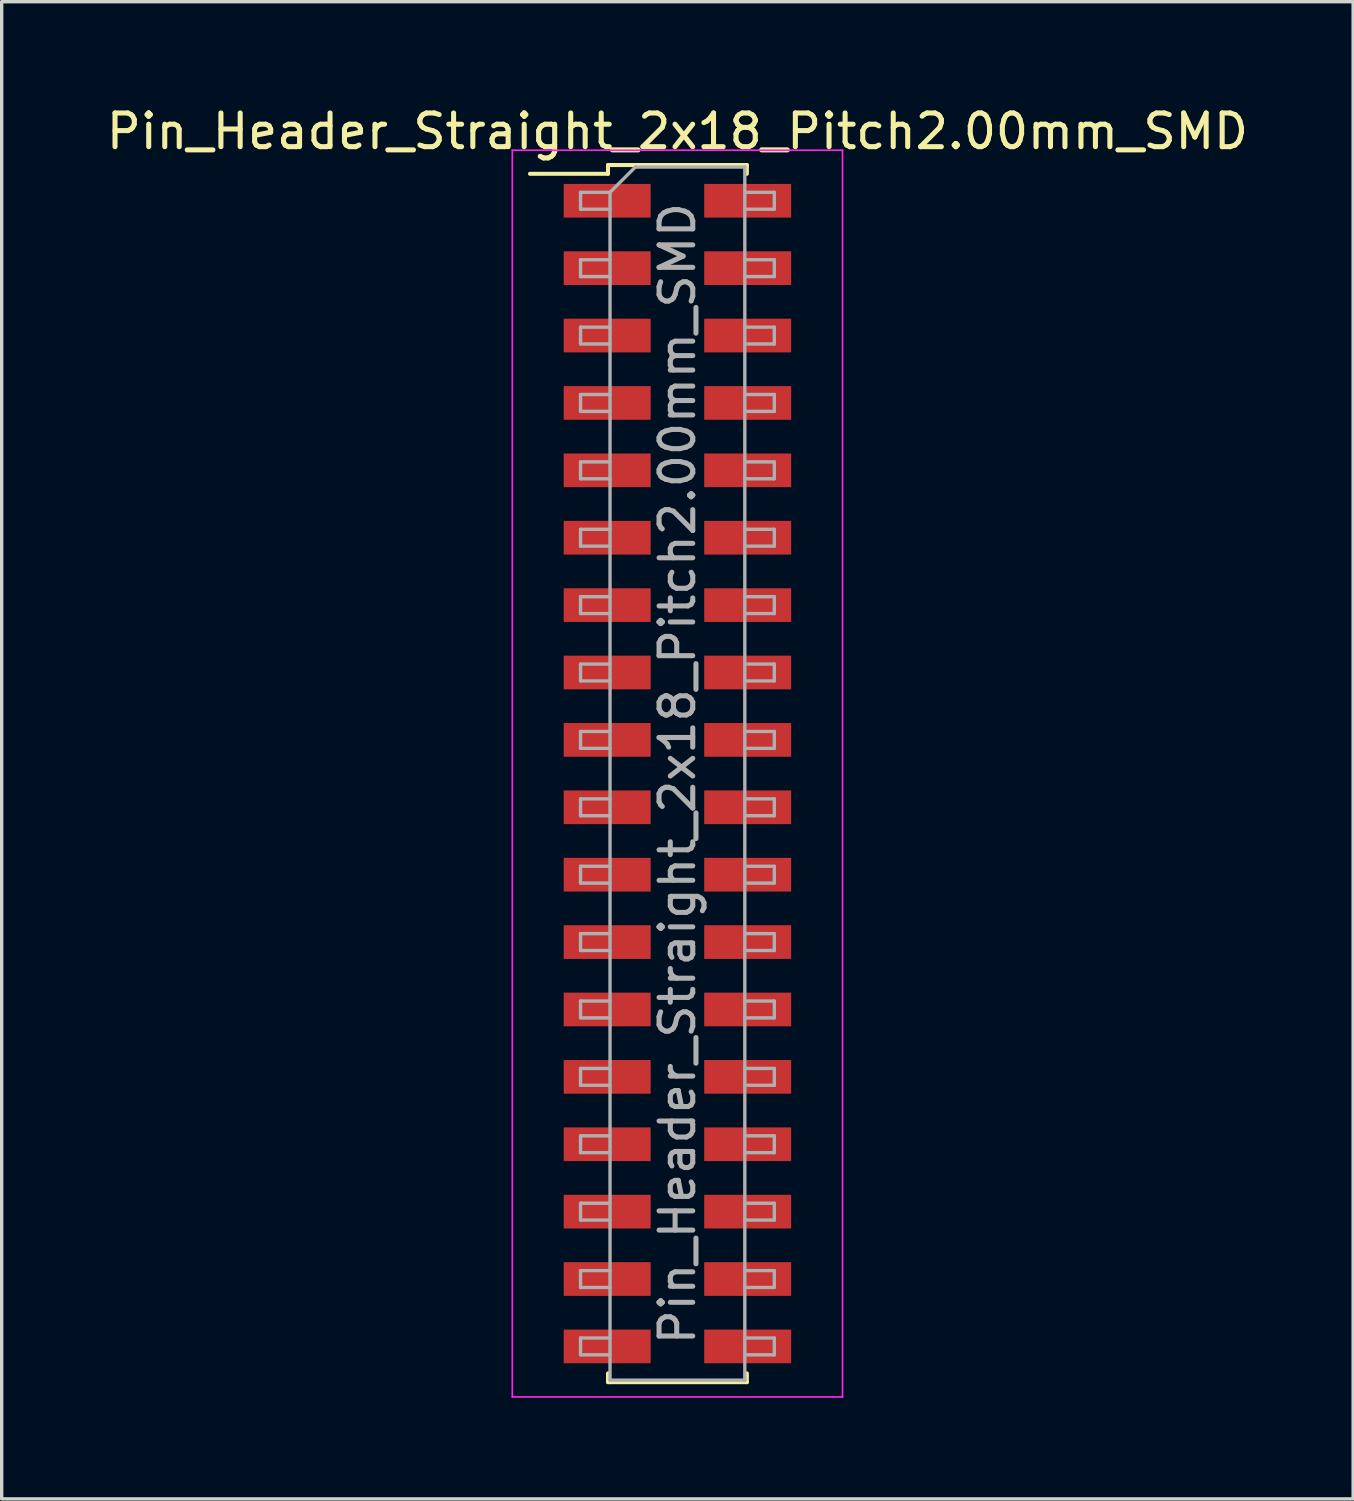
<source format=kicad_pcb>
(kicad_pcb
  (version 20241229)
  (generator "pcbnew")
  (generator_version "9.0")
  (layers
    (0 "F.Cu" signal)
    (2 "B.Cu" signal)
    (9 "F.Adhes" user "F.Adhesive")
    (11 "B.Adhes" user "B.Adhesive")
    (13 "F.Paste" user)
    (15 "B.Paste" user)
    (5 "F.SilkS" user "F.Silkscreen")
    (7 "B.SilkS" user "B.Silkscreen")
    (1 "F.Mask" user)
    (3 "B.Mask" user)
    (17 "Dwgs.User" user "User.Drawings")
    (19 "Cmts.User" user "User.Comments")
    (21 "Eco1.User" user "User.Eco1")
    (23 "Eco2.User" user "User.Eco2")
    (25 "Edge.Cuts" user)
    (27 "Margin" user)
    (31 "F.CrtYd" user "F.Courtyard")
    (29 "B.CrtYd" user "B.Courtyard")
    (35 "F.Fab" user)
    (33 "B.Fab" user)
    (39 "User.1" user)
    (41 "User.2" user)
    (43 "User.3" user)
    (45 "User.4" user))
  (footprint "Pin_Header_Straight_2x18_Pitch2.00mm_SMD"
    (layer "F.Cu")
    (at 17.054 19.908)
    (property "Reference" "Pin_Header_Straight_2x18_Pitch2.00mm_SMD" (at 0 -19.06 0) (layer "F.SilkS") (effects (font (size 1 1) (thickness 0.15))))
    (attr smd)
    (fp_line (start -4.375 -17.8) (end -2.06 -17.8) (stroke (width 0.12) (type solid)) (layer "F.SilkS"))
    (fp_line (start -2.06 -18.06) (end 2.06 -18.06) (stroke (width 0.12) (type solid)) (layer "F.SilkS"))
    (fp_line (start -2.06 -17.8) (end -2.06 -18.06) (stroke (width 0.12) (type solid)) (layer "F.SilkS"))
    (fp_line (start -2.06 17.8) (end -2.06 18.06) (stroke (width 0.12) (type solid)) (layer "F.SilkS"))
    (fp_line (start -2.06 18.06) (end 2.06 18.06) (stroke (width 0.12) (type solid)) (layer "F.SilkS"))
    (fp_line (start 2.06 -18.06) (end 2.06 -17.8) (stroke (width 0.12) (type solid)) (layer "F.SilkS"))
    (fp_line (start 2.06 18.06) (end 2.06 17.8) (stroke (width 0.12) (type solid)) (layer "F.SilkS"))
    (fp_line (start -4.9 -18.5) (end -4.9 18.5) (stroke (width 0.05) (type solid)) (layer "F.CrtYd"))
    (fp_line (start -4.9 18.5) (end 4.9 18.5) (stroke (width 0.05) (type solid)) (layer "F.CrtYd"))
    (fp_line (start 4.9 -18.5) (end -4.9 -18.5) (stroke (width 0.05) (type solid)) (layer "F.CrtYd"))
    (fp_line (start 4.9 18.5) (end 4.9 -18.5) (stroke (width 0.05) (type solid)) (layer "F.CrtYd"))
    (fp_line (start -2.875 -17.25) (end -2.875 -16.75) (stroke (width 0.1) (type solid)) (layer "F.Fab"))
    (fp_line (start -2.875 -16.75) (end -2 -16.75) (stroke (width 0.1) (type solid)) (layer "F.Fab"))
    (fp_line (start -2.875 -15.25) (end -2.875 -14.75) (stroke (width 0.1) (type solid)) (layer "F.Fab"))
    (fp_line (start -2.875 -14.75) (end -2 -14.75) (stroke (width 0.1) (type solid)) (layer "F.Fab"))
    (fp_line (start -2.875 -13.25) (end -2.875 -12.75) (stroke (width 0.1) (type solid)) (layer "F.Fab"))
    (fp_line (start -2.875 -12.75) (end -2 -12.75) (stroke (width 0.1) (type solid)) (layer "F.Fab"))
    (fp_line (start -2.875 -11.25) (end -2.875 -10.75) (stroke (width 0.1) (type solid)) (layer "F.Fab"))
    (fp_line (start -2.875 -10.75) (end -2 -10.75) (stroke (width 0.1) (type solid)) (layer "F.Fab"))
    (fp_line (start -2.875 -9.25) (end -2.875 -8.75) (stroke (width 0.1) (type solid)) (layer "F.Fab"))
    (fp_line (start -2.875 -8.75) (end -2 -8.75) (stroke (width 0.1) (type solid)) (layer "F.Fab"))
    (fp_line (start -2.875 -7.25) (end -2.875 -6.75) (stroke (width 0.1) (type solid)) (layer "F.Fab"))
    (fp_line (start -2.875 -6.75) (end -2 -6.75) (stroke (width 0.1) (type solid)) (layer "F.Fab"))
    (fp_line (start -2.875 -5.25) (end -2.875 -4.75) (stroke (width 0.1) (type solid)) (layer "F.Fab"))
    (fp_line (start -2.875 -4.75) (end -2 -4.75) (stroke (width 0.1) (type solid)) (layer "F.Fab"))
    (fp_line (start -2.875 -3.25) (end -2.875 -2.75) (stroke (width 0.1) (type solid)) (layer "F.Fab"))
    (fp_line (start -2.875 -2.75) (end -2 -2.75) (stroke (width 0.1) (type solid)) (layer "F.Fab"))
    (fp_line (start -2.875 -1.25) (end -2.875 -0.75) (stroke (width 0.1) (type solid)) (layer "F.Fab"))
    (fp_line (start -2.875 -0.75) (end -2 -0.75) (stroke (width 0.1) (type solid)) (layer "F.Fab"))
    (fp_line (start -2.875 0.75) (end -2.875 1.25) (stroke (width 0.1) (type solid)) (layer "F.Fab"))
    (fp_line (start -2.875 1.25) (end -2 1.25) (stroke (width 0.1) (type solid)) (layer "F.Fab"))
    (fp_line (start -2.875 2.75) (end -2.875 3.25) (stroke (width 0.1) (type solid)) (layer "F.Fab"))
    (fp_line (start -2.875 3.25) (end -2 3.25) (stroke (width 0.1) (type solid)) (layer "F.Fab"))
    (fp_line (start -2.875 4.75) (end -2.875 5.25) (stroke (width 0.1) (type solid)) (layer "F.Fab"))
    (fp_line (start -2.875 5.25) (end -2 5.25) (stroke (width 0.1) (type solid)) (layer "F.Fab"))
    (fp_line (start -2.875 6.75) (end -2.875 7.25) (stroke (width 0.1) (type solid)) (layer "F.Fab"))
    (fp_line (start -2.875 7.25) (end -2 7.25) (stroke (width 0.1) (type solid)) (layer "F.Fab"))
    (fp_line (start -2.875 8.75) (end -2.875 9.25) (stroke (width 0.1) (type solid)) (layer "F.Fab"))
    (fp_line (start -2.875 9.25) (end -2 9.25) (stroke (width 0.1) (type solid)) (layer "F.Fab"))
    (fp_line (start -2.875 10.75) (end -2.875 11.25) (stroke (width 0.1) (type solid)) (layer "F.Fab"))
    (fp_line (start -2.875 11.25) (end -2 11.25) (stroke (width 0.1) (type solid)) (layer "F.Fab"))
    (fp_line (start -2.875 12.75) (end -2.875 13.25) (stroke (width 0.1) (type solid)) (layer "F.Fab"))
    (fp_line (start -2.875 13.25) (end -2 13.25) (stroke (width 0.1) (type solid)) (layer "F.Fab"))
    (fp_line (start -2.875 14.75) (end -2.875 15.25) (stroke (width 0.1) (type solid)) (layer "F.Fab"))
    (fp_line (start -2.875 15.25) (end -2 15.25) (stroke (width 0.1) (type solid)) (layer "F.Fab"))
    (fp_line (start -2.875 16.75) (end -2.875 17.25) (stroke (width 0.1) (type solid)) (layer "F.Fab"))
    (fp_line (start -2.875 17.25) (end -2 17.25) (stroke (width 0.1) (type solid)) (layer "F.Fab"))
    (fp_line (start -2 -17.25) (end -2.875 -17.25) (stroke (width 0.1) (type solid)) (layer "F.Fab"))
    (fp_line (start -2 -17.25) (end -1.25 -18) (stroke (width 0.1) (type solid)) (layer "F.Fab"))
    (fp_line (start -2 -15.25) (end -2.875 -15.25) (stroke (width 0.1) (type solid)) (layer "F.Fab"))
    (fp_line (start -2 -13.25) (end -2.875 -13.25) (stroke (width 0.1) (type solid)) (layer "F.Fab"))
    (fp_line (start -2 -11.25) (end -2.875 -11.25) (stroke (width 0.1) (type solid)) (layer "F.Fab"))
    (fp_line (start -2 -9.25) (end -2.875 -9.25) (stroke (width 0.1) (type solid)) (layer "F.Fab"))
    (fp_line (start -2 -7.25) (end -2.875 -7.25) (stroke (width 0.1) (type solid)) (layer "F.Fab"))
    (fp_line (start -2 -5.25) (end -2.875 -5.25) (stroke (width 0.1) (type solid)) (layer "F.Fab"))
    (fp_line (start -2 -3.25) (end -2.875 -3.25) (stroke (width 0.1) (type solid)) (layer "F.Fab"))
    (fp_line (start -2 -1.25) (end -2.875 -1.25) (stroke (width 0.1) (type solid)) (layer "F.Fab"))
    (fp_line (start -2 0.75) (end -2.875 0.75) (stroke (width 0.1) (type solid)) (layer "F.Fab"))
    (fp_line (start -2 2.75) (end -2.875 2.75) (stroke (width 0.1) (type solid)) (layer "F.Fab"))
    (fp_line (start -2 4.75) (end -2.875 4.75) (stroke (width 0.1) (type solid)) (layer "F.Fab"))
    (fp_line (start -2 6.75) (end -2.875 6.75) (stroke (width 0.1) (type solid)) (layer "F.Fab"))
    (fp_line (start -2 8.75) (end -2.875 8.75) (stroke (width 0.1) (type solid)) (layer "F.Fab"))
    (fp_line (start -2 10.75) (end -2.875 10.75) (stroke (width 0.1) (type solid)) (layer "F.Fab"))
    (fp_line (start -2 12.75) (end -2.875 12.75) (stroke (width 0.1) (type solid)) (layer "F.Fab"))
    (fp_line (start -2 14.75) (end -2.875 14.75) (stroke (width 0.1) (type solid)) (layer "F.Fab"))
    (fp_line (start -2 16.75) (end -2.875 16.75) (stroke (width 0.1) (type solid)) (layer "F.Fab"))
    (fp_line (start -2 18) (end -2 -17.25) (stroke (width 0.1) (type solid)) (layer "F.Fab"))
    (fp_line (start -1.25 -18) (end 2 -18) (stroke (width 0.1) (type solid)) (layer "F.Fab"))
    (fp_line (start 2 -18) (end 2 18) (stroke (width 0.1) (type solid)) (layer "F.Fab"))
    (fp_line (start 2 -17.25) (end 2.875 -17.25) (stroke (width 0.1) (type solid)) (layer "F.Fab"))
    (fp_line (start 2 -15.25) (end 2.875 -15.25) (stroke (width 0.1) (type solid)) (layer "F.Fab"))
    (fp_line (start 2 -13.25) (end 2.875 -13.25) (stroke (width 0.1) (type solid)) (layer "F.Fab"))
    (fp_line (start 2 -11.25) (end 2.875 -11.25) (stroke (width 0.1) (type solid)) (layer "F.Fab"))
    (fp_line (start 2 -9.25) (end 2.875 -9.25) (stroke (width 0.1) (type solid)) (layer "F.Fab"))
    (fp_line (start 2 -7.25) (end 2.875 -7.25) (stroke (width 0.1) (type solid)) (layer "F.Fab"))
    (fp_line (start 2 -5.25) (end 2.875 -5.25) (stroke (width 0.1) (type solid)) (layer "F.Fab"))
    (fp_line (start 2 -3.25) (end 2.875 -3.25) (stroke (width 0.1) (type solid)) (layer "F.Fab"))
    (fp_line (start 2 -1.25) (end 2.875 -1.25) (stroke (width 0.1) (type solid)) (layer "F.Fab"))
    (fp_line (start 2 0.75) (end 2.875 0.75) (stroke (width 0.1) (type solid)) (layer "F.Fab"))
    (fp_line (start 2 2.75) (end 2.875 2.75) (stroke (width 0.1) (type solid)) (layer "F.Fab"))
    (fp_line (start 2 4.75) (end 2.875 4.75) (stroke (width 0.1) (type solid)) (layer "F.Fab"))
    (fp_line (start 2 6.75) (end 2.875 6.75) (stroke (width 0.1) (type solid)) (layer "F.Fab"))
    (fp_line (start 2 8.75) (end 2.875 8.75) (stroke (width 0.1) (type solid)) (layer "F.Fab"))
    (fp_line (start 2 10.75) (end 2.875 10.75) (stroke (width 0.1) (type solid)) (layer "F.Fab"))
    (fp_line (start 2 12.75) (end 2.875 12.75) (stroke (width 0.1) (type solid)) (layer "F.Fab"))
    (fp_line (start 2 14.75) (end 2.875 14.75) (stroke (width 0.1) (type solid)) (layer "F.Fab"))
    (fp_line (start 2 16.75) (end 2.875 16.75) (stroke (width 0.1) (type solid)) (layer "F.Fab"))
    (fp_line (start 2 18) (end -2 18) (stroke (width 0.1) (type solid)) (layer "F.Fab"))
    (fp_line (start 2.875 -17.25) (end 2.875 -16.75) (stroke (width 0.1) (type solid)) (layer "F.Fab"))
    (fp_line (start 2.875 -16.75) (end 2 -16.75) (stroke (width 0.1) (type solid)) (layer "F.Fab"))
    (fp_line (start 2.875 -15.25) (end 2.875 -14.75) (stroke (width 0.1) (type solid)) (layer "F.Fab"))
    (fp_line (start 2.875 -14.75) (end 2 -14.75) (stroke (width 0.1) (type solid)) (layer "F.Fab"))
    (fp_line (start 2.875 -13.25) (end 2.875 -12.75) (stroke (width 0.1) (type solid)) (layer "F.Fab"))
    (fp_line (start 2.875 -12.75) (end 2 -12.75) (stroke (width 0.1) (type solid)) (layer "F.Fab"))
    (fp_line (start 2.875 -11.25) (end 2.875 -10.75) (stroke (width 0.1) (type solid)) (layer "F.Fab"))
    (fp_line (start 2.875 -10.75) (end 2 -10.75) (stroke (width 0.1) (type solid)) (layer "F.Fab"))
    (fp_line (start 2.875 -9.25) (end 2.875 -8.75) (stroke (width 0.1) (type solid)) (layer "F.Fab"))
    (fp_line (start 2.875 -8.75) (end 2 -8.75) (stroke (width 0.1) (type solid)) (layer "F.Fab"))
    (fp_line (start 2.875 -7.25) (end 2.875 -6.75) (stroke (width 0.1) (type solid)) (layer "F.Fab"))
    (fp_line (start 2.875 -6.75) (end 2 -6.75) (stroke (width 0.1) (type solid)) (layer "F.Fab"))
    (fp_line (start 2.875 -5.25) (end 2.875 -4.75) (stroke (width 0.1) (type solid)) (layer "F.Fab"))
    (fp_line (start 2.875 -4.75) (end 2 -4.75) (stroke (width 0.1) (type solid)) (layer "F.Fab"))
    (fp_line (start 2.875 -3.25) (end 2.875 -2.75) (stroke (width 0.1) (type solid)) (layer "F.Fab"))
    (fp_line (start 2.875 -2.75) (end 2 -2.75) (stroke (width 0.1) (type solid)) (layer "F.Fab"))
    (fp_line (start 2.875 -1.25) (end 2.875 -0.75) (stroke (width 0.1) (type solid)) (layer "F.Fab"))
    (fp_line (start 2.875 -0.75) (end 2 -0.75) (stroke (width 0.1) (type solid)) (layer "F.Fab"))
    (fp_line (start 2.875 0.75) (end 2.875 1.25) (stroke (width 0.1) (type solid)) (layer "F.Fab"))
    (fp_line (start 2.875 1.25) (end 2 1.25) (stroke (width 0.1) (type solid)) (layer "F.Fab"))
    (fp_line (start 2.875 2.75) (end 2.875 3.25) (stroke (width 0.1) (type solid)) (layer "F.Fab"))
    (fp_line (start 2.875 3.25) (end 2 3.25) (stroke (width 0.1) (type solid)) (layer "F.Fab"))
    (fp_line (start 2.875 4.75) (end 2.875 5.25) (stroke (width 0.1) (type solid)) (layer "F.Fab"))
    (fp_line (start 2.875 5.25) (end 2 5.25) (stroke (width 0.1) (type solid)) (layer "F.Fab"))
    (fp_line (start 2.875 6.75) (end 2.875 7.25) (stroke (width 0.1) (type solid)) (layer "F.Fab"))
    (fp_line (start 2.875 7.25) (end 2 7.25) (stroke (width 0.1) (type solid)) (layer "F.Fab"))
    (fp_line (start 2.875 8.75) (end 2.875 9.25) (stroke (width 0.1) (type solid)) (layer "F.Fab"))
    (fp_line (start 2.875 9.25) (end 2 9.25) (stroke (width 0.1) (type solid)) (layer "F.Fab"))
    (fp_line (start 2.875 10.75) (end 2.875 11.25) (stroke (width 0.1) (type solid)) (layer "F.Fab"))
    (fp_line (start 2.875 11.25) (end 2 11.25) (stroke (width 0.1) (type solid)) (layer "F.Fab"))
    (fp_line (start 2.875 12.75) (end 2.875 13.25) (stroke (width 0.1) (type solid)) (layer "F.Fab"))
    (fp_line (start 2.875 13.25) (end 2 13.25) (stroke (width 0.1) (type solid)) (layer "F.Fab"))
    (fp_line (start 2.875 14.75) (end 2.875 15.25) (stroke (width 0.1) (type solid)) (layer "F.Fab"))
    (fp_line (start 2.875 15.25) (end 2 15.25) (stroke (width 0.1) (type solid)) (layer "F.Fab"))
    (fp_line (start 2.875 16.75) (end 2.875 17.25) (stroke (width 0.1) (type solid)) (layer "F.Fab"))
    (fp_line (start 2.875 17.25) (end 2 17.25) (stroke (width 0.1) (type solid)) (layer "F.Fab"))
    (fp_text user "${REFERENCE}" (at 0 0 90) (layer "F.Fab") (effects (font (size 1 1) (thickness 0.15))))
    (pad "1" smd rect (at -2.085 -17) (size 2.58 1) (layers "F.Cu" "F.Mask" "F.Paste"))
    (pad "2" smd rect (at 2.085 -17) (size 2.58 1) (layers "F.Cu" "F.Mask" "F.Paste"))
    (pad "3" smd rect (at -2.085 -15) (size 2.58 1) (layers "F.Cu" "F.Mask" "F.Paste"))
    (pad "4" smd rect (at 2.085 -15) (size 2.58 1) (layers "F.Cu" "F.Mask" "F.Paste"))
    (pad "5" smd rect (at -2.085 -13) (size 2.58 1) (layers "F.Cu" "F.Mask" "F.Paste"))
    (pad "6" smd rect (at 2.085 -13) (size 2.58 1) (layers "F.Cu" "F.Mask" "F.Paste"))
    (pad "7" smd rect (at -2.085 -11) (size 2.58 1) (layers "F.Cu" "F.Mask" "F.Paste"))
    (pad "8" smd rect (at 2.085 -11) (size 2.58 1) (layers "F.Cu" "F.Mask" "F.Paste"))
    (pad "9" smd rect (at -2.085 -9) (size 2.58 1) (layers "F.Cu" "F.Mask" "F.Paste"))
    (pad "10" smd rect (at 2.085 -9) (size 2.58 1) (layers "F.Cu" "F.Mask" "F.Paste"))
    (pad "11" smd rect (at -2.085 -7) (size 2.58 1) (layers "F.Cu" "F.Mask" "F.Paste"))
    (pad "12" smd rect (at 2.085 -7) (size 2.58 1) (layers "F.Cu" "F.Mask" "F.Paste"))
    (pad "13" smd rect (at -2.085 -5) (size 2.58 1) (layers "F.Cu" "F.Mask" "F.Paste"))
    (pad "14" smd rect (at 2.085 -5) (size 2.58 1) (layers "F.Cu" "F.Mask" "F.Paste"))
    (pad "15" smd rect (at -2.085 -3) (size 2.58 1) (layers "F.Cu" "F.Mask" "F.Paste"))
    (pad "16" smd rect (at 2.085 -3) (size 2.58 1) (layers "F.Cu" "F.Mask" "F.Paste"))
    (pad "17" smd rect (at -2.085 -1) (size 2.58 1) (layers "F.Cu" "F.Mask" "F.Paste"))
    (pad "18" smd rect (at 2.085 -1) (size 2.58 1) (layers "F.Cu" "F.Mask" "F.Paste"))
    (pad "19" smd rect (at -2.085 1) (size 2.58 1) (layers "F.Cu" "F.Mask" "F.Paste"))
    (pad "20" smd rect (at 2.085 1) (size 2.58 1) (layers "F.Cu" "F.Mask" "F.Paste"))
    (pad "21" smd rect (at -2.085 3) (size 2.58 1) (layers "F.Cu" "F.Mask" "F.Paste"))
    (pad "22" smd rect (at 2.085 3) (size 2.58 1) (layers "F.Cu" "F.Mask" "F.Paste"))
    (pad "23" smd rect (at -2.085 5) (size 2.58 1) (layers "F.Cu" "F.Mask" "F.Paste"))
    (pad "24" smd rect (at 2.085 5) (size 2.58 1) (layers "F.Cu" "F.Mask" "F.Paste"))
    (pad "25" smd rect (at -2.085 7) (size 2.58 1) (layers "F.Cu" "F.Mask" "F.Paste"))
    (pad "26" smd rect (at 2.085 7) (size 2.58 1) (layers "F.Cu" "F.Mask" "F.Paste"))
    (pad "27" smd rect (at -2.085 9) (size 2.58 1) (layers "F.Cu" "F.Mask" "F.Paste"))
    (pad "28" smd rect (at 2.085 9) (size 2.58 1) (layers "F.Cu" "F.Mask" "F.Paste"))
    (pad "29" smd rect (at -2.085 11) (size 2.58 1) (layers "F.Cu" "F.Mask" "F.Paste"))
    (pad "30" smd rect (at 2.085 11) (size 2.58 1) (layers "F.Cu" "F.Mask" "F.Paste"))
    (pad "31" smd rect (at -2.085 13) (size 2.58 1) (layers "F.Cu" "F.Mask" "F.Paste"))
    (pad "32" smd rect (at 2.085 13) (size 2.58 1) (layers "F.Cu" "F.Mask" "F.Paste"))
    (pad "33" smd rect (at -2.085 15) (size 2.58 1) (layers "F.Cu" "F.Mask" "F.Paste"))
    (pad "34" smd rect (at 2.085 15) (size 2.58 1) (layers "F.Cu" "F.Mask" "F.Paste"))
    (pad "35" smd rect (at -2.085 17) (size 2.58 1) (layers "F.Cu" "F.Mask" "F.Paste"))
    (pad "36" smd rect (at 2.085 17) (size 2.58 1) (layers "F.Cu" "F.Mask" "F.Paste")))
  (gr_rect
    (start -3 -3)
    (end 37.107 41.433)
    (stroke (width 0.1) (type default))
    (fill no)
    (layer "Edge.Cuts")))
</source>
